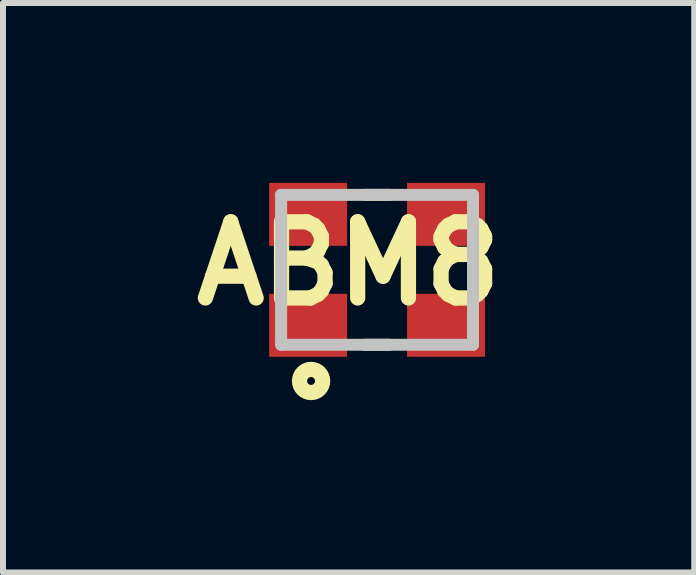
<source format=kicad_pcb>
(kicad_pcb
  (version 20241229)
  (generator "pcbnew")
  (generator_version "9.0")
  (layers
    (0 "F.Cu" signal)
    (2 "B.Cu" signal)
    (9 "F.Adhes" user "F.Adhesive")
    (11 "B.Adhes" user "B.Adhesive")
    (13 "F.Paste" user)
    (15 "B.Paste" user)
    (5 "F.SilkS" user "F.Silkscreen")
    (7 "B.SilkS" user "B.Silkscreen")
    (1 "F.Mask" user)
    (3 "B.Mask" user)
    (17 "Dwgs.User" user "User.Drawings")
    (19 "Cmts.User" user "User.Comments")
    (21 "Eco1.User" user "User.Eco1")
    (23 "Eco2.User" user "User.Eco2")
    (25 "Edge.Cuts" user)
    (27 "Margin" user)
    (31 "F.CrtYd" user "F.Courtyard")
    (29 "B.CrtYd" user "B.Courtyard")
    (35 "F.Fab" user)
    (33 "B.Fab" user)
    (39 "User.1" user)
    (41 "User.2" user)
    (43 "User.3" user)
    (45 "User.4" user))
  (footprint "ABM8"
    (layer "F.Cu")
    (at 3.239 1.45)
    (property "Reference" "ABM8" (at -0.475 -0.105 0) (layer "F.SilkS") (effects (font (size 1.27 1.27) (thickness 0.254))))
    (attr smd)
    (fp_line (start -0.2 -1.25) (end 0.2 -1.25) (stroke (width 0.2) (type solid)) (layer "F.SilkS"))
    (fp_line (start -0.2 1.25) (end 0.2 1.25) (stroke (width 0.2) (type solid)) (layer "F.SilkS"))
    (fp_circle (center -1.101 1.854) (end -1.167 1.854) (stroke (width 0.254) (type solid)) (fill no) (layer "F.SilkS"))
    (fp_line (start -1.6 -1.25) (end 1.6 -1.25) (stroke (width 0.2) (type solid)) (layer "Dwgs.User"))
    (fp_line (start -1.6 1.25) (end -1.6 -1.25) (stroke (width 0.2) (type solid)) (layer "Dwgs.User"))
    (fp_line (start 1.6 -1.25) (end 1.6 1.25) (stroke (width 0.2) (type solid)) (layer "Dwgs.User"))
    (fp_line (start 1.6 1.25) (end -1.6 1.25) (stroke (width 0.2) (type solid)) (layer "Dwgs.User"))
    (pad "1" smd rect (at -1.15 0.925 90) (size 1.05 1.3) (layers "F.Cu" "F.Mask" "F.Paste"))
    (pad "2" smd rect (at 1.15 0.925 90) (size 1.05 1.3) (layers "F.Cu" "F.Mask" "F.Paste"))
    (pad "3" smd rect (at 1.15 -0.925 90) (size 1.05 1.3) (layers "F.Cu" "F.Mask" "F.Paste"))
    (pad "4" smd rect (at -1.15 -0.925 90) (size 1.05 1.3) (layers "F.Cu" "F.Mask" "F.Paste")))
  (gr_rect
    (start -3 -3)
    (end 8.528 6.497)
    (stroke (width 0.1) (type default))
    (fill no)
    (layer "Edge.Cuts")))
</source>
